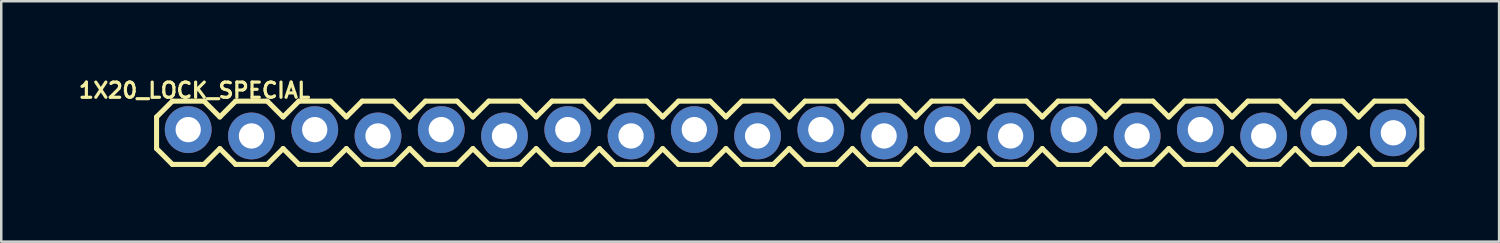
<source format=kicad_pcb>
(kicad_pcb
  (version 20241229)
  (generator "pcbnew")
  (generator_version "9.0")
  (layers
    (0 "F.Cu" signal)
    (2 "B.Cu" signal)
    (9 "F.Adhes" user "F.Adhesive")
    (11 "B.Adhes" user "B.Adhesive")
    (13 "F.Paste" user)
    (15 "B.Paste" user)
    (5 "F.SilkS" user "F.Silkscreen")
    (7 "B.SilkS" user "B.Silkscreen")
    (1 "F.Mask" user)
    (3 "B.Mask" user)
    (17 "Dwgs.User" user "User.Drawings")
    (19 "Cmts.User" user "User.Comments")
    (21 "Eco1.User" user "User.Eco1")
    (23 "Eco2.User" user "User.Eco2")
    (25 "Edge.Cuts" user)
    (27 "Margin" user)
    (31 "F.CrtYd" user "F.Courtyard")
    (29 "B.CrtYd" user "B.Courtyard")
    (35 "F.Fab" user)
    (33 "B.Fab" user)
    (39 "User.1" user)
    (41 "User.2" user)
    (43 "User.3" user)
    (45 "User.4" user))
  (footprint "1X20_LOCK_SPECIAL"
    (layer "F.Cu")
    (at 4.506 2.281)
    (property "Reference" "1X20_LOCK_SPECIAL" (at 0.254 -1.702 0) (layer "F.SilkS") (effects (font (size 0.61 0.61) (thickness 0.127))))
    (attr exclude_from_pos_files exclude_from_bom)
    (fp_line (start -1.27 -0.635) (end -1.27 0.635) (stroke (width 0.203) (type solid)) (layer "F.SilkS"))
    (fp_line (start -1.27 0.635) (end -0.635 1.27) (stroke (width 0.203) (type solid)) (layer "F.SilkS"))
    (fp_line (start -0.635 -1.27) (end -1.27 -0.635) (stroke (width 0.203) (type solid)) (layer "F.SilkS"))
    (fp_line (start -0.635 -1.27) (end 0.635 -1.27) (stroke (width 0.203) (type solid)) (layer "F.SilkS"))
    (fp_line (start 0.635 -1.27) (end 1.27 -0.635) (stroke (width 0.203) (type solid)) (layer "F.SilkS"))
    (fp_line (start 0.635 1.27) (end -0.635 1.27) (stroke (width 0.203) (type solid)) (layer "F.SilkS"))
    (fp_line (start 1.27 -0.635) (end 1.905 -1.27) (stroke (width 0.203) (type solid)) (layer "F.SilkS"))
    (fp_line (start 1.27 0.635) (end 0.635 1.27) (stroke (width 0.203) (type solid)) (layer "F.SilkS"))
    (fp_line (start 1.905 -1.27) (end 3.175 -1.27) (stroke (width 0.203) (type solid)) (layer "F.SilkS"))
    (fp_line (start 1.905 1.27) (end 1.27 0.635) (stroke (width 0.203) (type solid)) (layer "F.SilkS"))
    (fp_line (start 3.175 -1.27) (end 3.81 -0.635) (stroke (width 0.203) (type solid)) (layer "F.SilkS"))
    (fp_line (start 3.175 1.27) (end 1.905 1.27) (stroke (width 0.203) (type solid)) (layer "F.SilkS"))
    (fp_line (start 3.81 -0.635) (end 4.445 -1.27) (stroke (width 0.203) (type solid)) (layer "F.SilkS"))
    (fp_line (start 3.81 0.635) (end 3.175 1.27) (stroke (width 0.203) (type solid)) (layer "F.SilkS"))
    (fp_line (start 4.445 -1.27) (end 5.715 -1.27) (stroke (width 0.203) (type solid)) (layer "F.SilkS"))
    (fp_line (start 4.445 1.27) (end 3.81 0.635) (stroke (width 0.203) (type solid)) (layer "F.SilkS"))
    (fp_line (start 5.715 -1.27) (end 6.35 -0.635) (stroke (width 0.203) (type solid)) (layer "F.SilkS"))
    (fp_line (start 5.715 1.27) (end 4.445 1.27) (stroke (width 0.203) (type solid)) (layer "F.SilkS"))
    (fp_line (start 6.35 0.635) (end 5.715 1.27) (stroke (width 0.203) (type solid)) (layer "F.SilkS"))
    (fp_line (start 6.35 0.635) (end 6.985 1.27) (stroke (width 0.203) (type solid)) (layer "F.SilkS"))
    (fp_line (start 6.985 -1.27) (end 6.35 -0.635) (stroke (width 0.203) (type solid)) (layer "F.SilkS"))
    (fp_line (start 6.985 -1.27) (end 8.255 -1.27) (stroke (width 0.203) (type solid)) (layer "F.SilkS"))
    (fp_line (start 8.255 -1.27) (end 8.89 -0.635) (stroke (width 0.203) (type solid)) (layer "F.SilkS"))
    (fp_line (start 8.255 1.27) (end 6.985 1.27) (stroke (width 0.203) (type solid)) (layer "F.SilkS"))
    (fp_line (start 8.89 -0.635) (end 9.525 -1.27) (stroke (width 0.203) (type solid)) (layer "F.SilkS"))
    (fp_line (start 8.89 0.635) (end 8.255 1.27) (stroke (width 0.203) (type solid)) (layer "F.SilkS"))
    (fp_line (start 9.525 -1.27) (end 10.795 -1.27) (stroke (width 0.203) (type solid)) (layer "F.SilkS"))
    (fp_line (start 9.525 1.27) (end 8.89 0.635) (stroke (width 0.203) (type solid)) (layer "F.SilkS"))
    (fp_line (start 10.795 -1.27) (end 11.43 -0.635) (stroke (width 0.203) (type solid)) (layer "F.SilkS"))
    (fp_line (start 10.795 1.27) (end 9.525 1.27) (stroke (width 0.203) (type solid)) (layer "F.SilkS"))
    (fp_line (start 11.43 -0.635) (end 12.065 -1.27) (stroke (width 0.203) (type solid)) (layer "F.SilkS"))
    (fp_line (start 11.43 0.635) (end 10.795 1.27) (stroke (width 0.203) (type solid)) (layer "F.SilkS"))
    (fp_line (start 12.065 -1.27) (end 13.335 -1.27) (stroke (width 0.203) (type solid)) (layer "F.SilkS"))
    (fp_line (start 12.065 1.27) (end 11.43 0.635) (stroke (width 0.203) (type solid)) (layer "F.SilkS"))
    (fp_line (start 13.335 -1.27) (end 13.97 -0.635) (stroke (width 0.203) (type solid)) (layer "F.SilkS"))
    (fp_line (start 13.335 1.27) (end 12.065 1.27) (stroke (width 0.203) (type solid)) (layer "F.SilkS"))
    (fp_line (start 13.97 0.635) (end 13.335 1.27) (stroke (width 0.203) (type solid)) (layer "F.SilkS"))
    (fp_line (start 13.97 0.635) (end 14.605 1.27) (stroke (width 0.203) (type solid)) (layer "F.SilkS"))
    (fp_line (start 14.605 -1.27) (end 13.97 -0.635) (stroke (width 0.203) (type solid)) (layer "F.SilkS"))
    (fp_line (start 14.605 -1.27) (end 15.875 -1.27) (stroke (width 0.203) (type solid)) (layer "F.SilkS"))
    (fp_line (start 15.875 -1.27) (end 16.51 -0.635) (stroke (width 0.203) (type solid)) (layer "F.SilkS"))
    (fp_line (start 15.875 1.27) (end 14.605 1.27) (stroke (width 0.203) (type solid)) (layer "F.SilkS"))
    (fp_line (start 16.51 0.635) (end 15.875 1.27) (stroke (width 0.203) (type solid)) (layer "F.SilkS"))
    (fp_line (start 16.51 0.635) (end 17.145 1.27) (stroke (width 0.203) (type solid)) (layer "F.SilkS"))
    (fp_line (start 17.145 -1.27) (end 16.51 -0.635) (stroke (width 0.203) (type solid)) (layer "F.SilkS"))
    (fp_line (start 17.145 -1.27) (end 18.415 -1.27) (stroke (width 0.203) (type solid)) (layer "F.SilkS"))
    (fp_line (start 18.415 -1.27) (end 19.05 -0.635) (stroke (width 0.203) (type solid)) (layer "F.SilkS"))
    (fp_line (start 18.415 1.27) (end 17.145 1.27) (stroke (width 0.203) (type solid)) (layer "F.SilkS"))
    (fp_line (start 19.05 -0.635) (end 19.685 -1.27) (stroke (width 0.203) (type solid)) (layer "F.SilkS"))
    (fp_line (start 19.05 0.635) (end 18.415 1.27) (stroke (width 0.203) (type solid)) (layer "F.SilkS"))
    (fp_line (start 19.685 -1.27) (end 20.955 -1.27) (stroke (width 0.203) (type solid)) (layer "F.SilkS"))
    (fp_line (start 19.685 1.27) (end 19.05 0.635) (stroke (width 0.203) (type solid)) (layer "F.SilkS"))
    (fp_line (start 20.955 -1.27) (end 21.59 -0.635) (stroke (width 0.203) (type solid)) (layer "F.SilkS"))
    (fp_line (start 20.955 1.27) (end 19.685 1.27) (stroke (width 0.203) (type solid)) (layer "F.SilkS"))
    (fp_line (start 21.59 -0.635) (end 22.225 -1.27) (stroke (width 0.203) (type solid)) (layer "F.SilkS"))
    (fp_line (start 21.59 0.635) (end 20.955 1.27) (stroke (width 0.203) (type solid)) (layer "F.SilkS"))
    (fp_line (start 22.225 -1.27) (end 23.495 -1.27) (stroke (width 0.203) (type solid)) (layer "F.SilkS"))
    (fp_line (start 22.225 1.27) (end 21.59 0.635) (stroke (width 0.203) (type solid)) (layer "F.SilkS"))
    (fp_line (start 23.495 -1.27) (end 24.13 -0.635) (stroke (width 0.203) (type solid)) (layer "F.SilkS"))
    (fp_line (start 23.495 1.27) (end 22.225 1.27) (stroke (width 0.203) (type solid)) (layer "F.SilkS"))
    (fp_line (start 24.13 0.635) (end 23.495 1.27) (stroke (width 0.203) (type solid)) (layer "F.SilkS"))
    (fp_line (start 24.13 0.635) (end 24.765 1.27) (stroke (width 0.203) (type solid)) (layer "F.SilkS"))
    (fp_line (start 24.765 -1.27) (end 24.13 -0.635) (stroke (width 0.203) (type solid)) (layer "F.SilkS"))
    (fp_line (start 24.765 -1.27) (end 26.035 -1.27) (stroke (width 0.203) (type solid)) (layer "F.SilkS"))
    (fp_line (start 26.035 -1.27) (end 26.67 -0.635) (stroke (width 0.203) (type solid)) (layer "F.SilkS"))
    (fp_line (start 26.035 1.27) (end 24.765 1.27) (stroke (width 0.203) (type solid)) (layer "F.SilkS"))
    (fp_line (start 26.67 -0.635) (end 27.305 -1.27) (stroke (width 0.203) (type solid)) (layer "F.SilkS"))
    (fp_line (start 26.67 0.635) (end 26.035 1.27) (stroke (width 0.203) (type solid)) (layer "F.SilkS"))
    (fp_line (start 27.305 -1.27) (end 28.575 -1.27) (stroke (width 0.203) (type solid)) (layer "F.SilkS"))
    (fp_line (start 27.305 1.27) (end 26.67 0.635) (stroke (width 0.203) (type solid)) (layer "F.SilkS"))
    (fp_line (start 28.575 -1.27) (end 29.21 -0.635) (stroke (width 0.203) (type solid)) (layer "F.SilkS"))
    (fp_line (start 28.575 1.27) (end 27.305 1.27) (stroke (width 0.203) (type solid)) (layer "F.SilkS"))
    (fp_line (start 29.21 -0.635) (end 29.845 -1.27) (stroke (width 0.203) (type solid)) (layer "F.SilkS"))
    (fp_line (start 29.21 0.635) (end 28.575 1.27) (stroke (width 0.203) (type solid)) (layer "F.SilkS"))
    (fp_line (start 29.845 -1.27) (end 31.115 -1.27) (stroke (width 0.203) (type solid)) (layer "F.SilkS"))
    (fp_line (start 29.845 1.27) (end 29.21 0.635) (stroke (width 0.203) (type solid)) (layer "F.SilkS"))
    (fp_line (start 31.115 -1.27) (end 31.75 -0.635) (stroke (width 0.203) (type solid)) (layer "F.SilkS"))
    (fp_line (start 31.115 1.27) (end 29.845 1.27) (stroke (width 0.203) (type solid)) (layer "F.SilkS"))
    (fp_line (start 31.75 0.635) (end 31.115 1.27) (stroke (width 0.203) (type solid)) (layer "F.SilkS"))
    (fp_line (start 31.75 0.635) (end 32.385 1.27) (stroke (width 0.203) (type solid)) (layer "F.SilkS"))
    (fp_line (start 32.385 -1.27) (end 31.75 -0.635) (stroke (width 0.203) (type solid)) (layer "F.SilkS"))
    (fp_line (start 32.385 -1.27) (end 33.655 -1.27) (stroke (width 0.203) (type solid)) (layer "F.SilkS"))
    (fp_line (start 33.655 -1.27) (end 34.29 -0.635) (stroke (width 0.203) (type solid)) (layer "F.SilkS"))
    (fp_line (start 33.655 1.27) (end 32.385 1.27) (stroke (width 0.203) (type solid)) (layer "F.SilkS"))
    (fp_line (start 34.29 0.635) (end 33.655 1.27) (stroke (width 0.203) (type solid)) (layer "F.SilkS"))
    (fp_line (start 34.29 0.635) (end 34.925 1.27) (stroke (width 0.203) (type solid)) (layer "F.SilkS"))
    (fp_line (start 34.925 -1.27) (end 34.29 -0.635) (stroke (width 0.203) (type solid)) (layer "F.SilkS"))
    (fp_line (start 34.925 -1.27) (end 36.195 -1.27) (stroke (width 0.203) (type solid)) (layer "F.SilkS"))
    (fp_line (start 36.195 -1.27) (end 36.83 -0.635) (stroke (width 0.203) (type solid)) (layer "F.SilkS"))
    (fp_line (start 36.195 1.27) (end 34.925 1.27) (stroke (width 0.203) (type solid)) (layer "F.SilkS"))
    (fp_line (start 36.83 0.635) (end 36.195 1.27) (stroke (width 0.203) (type solid)) (layer "F.SilkS"))
    (fp_line (start 36.83 0.635) (end 37.465 1.27) (stroke (width 0.203) (type solid)) (layer "F.SilkS"))
    (fp_line (start 37.465 -1.27) (end 36.83 -0.635) (stroke (width 0.203) (type solid)) (layer "F.SilkS"))
    (fp_line (start 37.465 -1.27) (end 38.735 -1.27) (stroke (width 0.203) (type solid)) (layer "F.SilkS"))
    (fp_line (start 38.735 -1.27) (end 39.37 -0.635) (stroke (width 0.203) (type solid)) (layer "F.SilkS"))
    (fp_line (start 38.735 1.27) (end 37.465 1.27) (stroke (width 0.203) (type solid)) (layer "F.SilkS"))
    (fp_line (start 39.37 0.635) (end 38.735 1.27) (stroke (width 0.203) (type solid)) (layer "F.SilkS"))
    (fp_line (start 39.37 0.635) (end 40.005 1.27) (stroke (width 0.203) (type solid)) (layer "F.SilkS"))
    (fp_line (start 40.005 -1.27) (end 39.37 -0.635) (stroke (width 0.203) (type solid)) (layer "F.SilkS"))
    (fp_line (start 40.005 -1.27) (end 41.275 -1.27) (stroke (width 0.203) (type solid)) (layer "F.SilkS"))
    (fp_line (start 41.275 -1.27) (end 41.91 -0.635) (stroke (width 0.203) (type solid)) (layer "F.SilkS"))
    (fp_line (start 41.275 1.27) (end 40.005 1.27) (stroke (width 0.203) (type solid)) (layer "F.SilkS"))
    (fp_line (start 41.91 0.635) (end 41.275 1.27) (stroke (width 0.203) (type solid)) (layer "F.SilkS"))
    (fp_line (start 41.91 0.635) (end 42.545 1.27) (stroke (width 0.203) (type solid)) (layer "F.SilkS"))
    (fp_line (start 42.545 -1.27) (end 41.91 -0.635) (stroke (width 0.203) (type solid)) (layer "F.SilkS"))
    (fp_line (start 42.545 -1.27) (end 43.815 -1.27) (stroke (width 0.203) (type solid)) (layer "F.SilkS"))
    (fp_line (start 43.815 -1.27) (end 44.45 -0.635) (stroke (width 0.203) (type solid)) (layer "F.SilkS"))
    (fp_line (start 43.815 1.27) (end 42.545 1.27) (stroke (width 0.203) (type solid)) (layer "F.SilkS"))
    (fp_line (start 44.45 0.635) (end 43.815 1.27) (stroke (width 0.203) (type solid)) (layer "F.SilkS"))
    (fp_line (start 44.45 0.635) (end 45.085 1.27) (stroke (width 0.203) (type solid)) (layer "F.SilkS"))
    (fp_line (start 45.085 -1.27) (end 44.45 -0.635) (stroke (width 0.203) (type solid)) (layer "F.SilkS"))
    (fp_line (start 45.085 -1.27) (end 46.355 -1.27) (stroke (width 0.203) (type solid)) (layer "F.SilkS"))
    (fp_line (start 46.355 -1.27) (end 46.99 -0.635) (stroke (width 0.203) (type solid)) (layer "F.SilkS"))
    (fp_line (start 46.355 1.27) (end 45.085 1.27) (stroke (width 0.203) (type solid)) (layer "F.SilkS"))
    (fp_line (start 46.99 0.635) (end 46.355 1.27) (stroke (width 0.203) (type solid)) (layer "F.SilkS"))
    (fp_line (start 46.99 0.635) (end 47.625 1.27) (stroke (width 0.203) (type solid)) (layer "F.SilkS"))
    (fp_line (start 47.625 -1.27) (end 46.99 -0.635) (stroke (width 0.203) (type solid)) (layer "F.SilkS"))
    (fp_line (start 47.625 -1.27) (end 48.895 -1.27) (stroke (width 0.203) (type solid)) (layer "F.SilkS"))
    (fp_line (start 48.895 -1.27) (end 49.53 -0.635) (stroke (width 0.203) (type solid)) (layer "F.SilkS"))
    (fp_line (start 48.895 1.27) (end 47.625 1.27) (stroke (width 0.203) (type solid)) (layer "F.SilkS"))
    (fp_line (start 49.53 -0.635) (end 49.53 0.635) (stroke (width 0.203) (type solid)) (layer "F.SilkS"))
    (fp_line (start 49.53 0.635) (end 48.895 1.27) (stroke (width 0.203) (type solid)) (layer "F.SilkS"))
    (fp_line (start -0.254 -0.254) (end 0.254 -0.254) (stroke (width 0.066) (type solid)) (layer "Dwgs.User"))
    (fp_line (start -0.254 0.254) (end -0.254 -0.254) (stroke (width 0.066) (type solid)) (layer "Dwgs.User"))
    (fp_line (start -0.254 0.254) (end 0.254 0.254) (stroke (width 0.066) (type solid)) (layer "Dwgs.User"))
    (fp_line (start 0.254 0.254) (end 0.254 -0.254) (stroke (width 0.066) (type solid)) (layer "Dwgs.User"))
    (fp_line (start 2.286 -0.254) (end 2.794 -0.254) (stroke (width 0.066) (type solid)) (layer "Dwgs.User"))
    (fp_line (start 2.286 0.254) (end 2.286 -0.254) (stroke (width 0.066) (type solid)) (layer "Dwgs.User"))
    (fp_line (start 2.286 0.254) (end 2.794 0.254) (stroke (width 0.066) (type solid)) (layer "Dwgs.User"))
    (fp_line (start 2.794 0.254) (end 2.794 -0.254) (stroke (width 0.066) (type solid)) (layer "Dwgs.User"))
    (fp_line (start 4.826 -0.254) (end 5.334 -0.254) (stroke (width 0.066) (type solid)) (layer "Dwgs.User"))
    (fp_line (start 4.826 0.254) (end 4.826 -0.254) (stroke (width 0.066) (type solid)) (layer "Dwgs.User"))
    (fp_line (start 4.826 0.254) (end 5.334 0.254) (stroke (width 0.066) (type solid)) (layer "Dwgs.User"))
    (fp_line (start 5.334 0.254) (end 5.334 -0.254) (stroke (width 0.066) (type solid)) (layer "Dwgs.User"))
    (fp_line (start 7.366 -0.254) (end 7.874 -0.254) (stroke (width 0.066) (type solid)) (layer "Dwgs.User"))
    (fp_line (start 7.366 0.254) (end 7.366 -0.254) (stroke (width 0.066) (type solid)) (layer "Dwgs.User"))
    (fp_line (start 7.366 0.254) (end 7.874 0.254) (stroke (width 0.066) (type solid)) (layer "Dwgs.User"))
    (fp_line (start 7.874 0.254) (end 7.874 -0.254) (stroke (width 0.066) (type solid)) (layer "Dwgs.User"))
    (fp_line (start 9.906 -0.254) (end 10.414 -0.254) (stroke (width 0.066) (type solid)) (layer "Dwgs.User"))
    (fp_line (start 9.906 0.254) (end 9.906 -0.254) (stroke (width 0.066) (type solid)) (layer "Dwgs.User"))
    (fp_line (start 9.906 0.254) (end 10.414 0.254) (stroke (width 0.066) (type solid)) (layer "Dwgs.User"))
    (fp_line (start 10.414 0.254) (end 10.414 -0.254) (stroke (width 0.066) (type solid)) (layer "Dwgs.User"))
    (fp_line (start 12.446 -0.254) (end 12.954 -0.254) (stroke (width 0.066) (type solid)) (layer "Dwgs.User"))
    (fp_line (start 12.446 0.254) (end 12.446 -0.254) (stroke (width 0.066) (type solid)) (layer "Dwgs.User"))
    (fp_line (start 12.446 0.254) (end 12.954 0.254) (stroke (width 0.066) (type solid)) (layer "Dwgs.User"))
    (fp_line (start 12.954 0.254) (end 12.954 -0.254) (stroke (width 0.066) (type solid)) (layer "Dwgs.User"))
    (fp_line (start 14.986 -0.254) (end 15.494 -0.254) (stroke (width 0.066) (type solid)) (layer "Dwgs.User"))
    (fp_line (start 14.986 0.254) (end 14.986 -0.254) (stroke (width 0.066) (type solid)) (layer "Dwgs.User"))
    (fp_line (start 14.986 0.254) (end 15.494 0.254) (stroke (width 0.066) (type solid)) (layer "Dwgs.User"))
    (fp_line (start 15.494 0.254) (end 15.494 -0.254) (stroke (width 0.066) (type solid)) (layer "Dwgs.User"))
    (fp_line (start 17.523 -0.254) (end 18.034 -0.254) (stroke (width 0.066) (type solid)) (layer "Dwgs.User"))
    (fp_line (start 17.523 0.254) (end 17.523 -0.254) (stroke (width 0.066) (type solid)) (layer "Dwgs.User"))
    (fp_line (start 17.523 0.254) (end 18.034 0.254) (stroke (width 0.066) (type solid)) (layer "Dwgs.User"))
    (fp_line (start 18.034 0.254) (end 18.034 -0.254) (stroke (width 0.066) (type solid)) (layer "Dwgs.User"))
    (fp_line (start 20.066 -0.254) (end 20.574 -0.254) (stroke (width 0.066) (type solid)) (layer "Dwgs.User"))
    (fp_line (start 20.066 0.254) (end 20.066 -0.254) (stroke (width 0.066) (type solid)) (layer "Dwgs.User"))
    (fp_line (start 20.066 0.254) (end 20.574 0.254) (stroke (width 0.066) (type solid)) (layer "Dwgs.User"))
    (fp_line (start 20.574 0.254) (end 20.574 -0.254) (stroke (width 0.066) (type solid)) (layer "Dwgs.User"))
    (fp_line (start 22.606 -0.254) (end 23.114 -0.254) (stroke (width 0.066) (type solid)) (layer "Dwgs.User"))
    (fp_line (start 22.606 0.254) (end 22.606 -0.254) (stroke (width 0.066) (type solid)) (layer "Dwgs.User"))
    (fp_line (start 22.606 0.254) (end 23.114 0.254) (stroke (width 0.066) (type solid)) (layer "Dwgs.User"))
    (fp_line (start 23.114 0.254) (end 23.114 -0.254) (stroke (width 0.066) (type solid)) (layer "Dwgs.User"))
    (fp_line (start 25.146 -0.254) (end 25.654 -0.254) (stroke (width 0.066) (type solid)) (layer "Dwgs.User"))
    (fp_line (start 25.146 0.254) (end 25.146 -0.254) (stroke (width 0.066) (type solid)) (layer "Dwgs.User"))
    (fp_line (start 25.146 0.254) (end 25.654 0.254) (stroke (width 0.066) (type solid)) (layer "Dwgs.User"))
    (fp_line (start 25.654 0.254) (end 25.654 -0.254) (stroke (width 0.066) (type solid)) (layer "Dwgs.User"))
    (fp_line (start 27.686 -0.254) (end 28.194 -0.254) (stroke (width 0.066) (type solid)) (layer "Dwgs.User"))
    (fp_line (start 27.686 0.254) (end 27.686 -0.254) (stroke (width 0.066) (type solid)) (layer "Dwgs.User"))
    (fp_line (start 27.686 0.254) (end 28.194 0.254) (stroke (width 0.066) (type solid)) (layer "Dwgs.User"))
    (fp_line (start 28.194 0.254) (end 28.194 -0.254) (stroke (width 0.066) (type solid)) (layer "Dwgs.User"))
    (fp_line (start 30.226 -0.254) (end 30.734 -0.254) (stroke (width 0.066) (type solid)) (layer "Dwgs.User"))
    (fp_line (start 30.226 0.254) (end 30.226 -0.254) (stroke (width 0.066) (type solid)) (layer "Dwgs.User"))
    (fp_line (start 30.226 0.254) (end 30.734 0.254) (stroke (width 0.066) (type solid)) (layer "Dwgs.User"))
    (fp_line (start 30.734 0.254) (end 30.734 -0.254) (stroke (width 0.066) (type solid)) (layer "Dwgs.User"))
    (fp_line (start 32.766 -0.254) (end 33.274 -0.254) (stroke (width 0.066) (type solid)) (layer "Dwgs.User"))
    (fp_line (start 32.766 0.254) (end 32.766 -0.254) (stroke (width 0.066) (type solid)) (layer "Dwgs.User"))
    (fp_line (start 32.766 0.254) (end 33.274 0.254) (stroke (width 0.066) (type solid)) (layer "Dwgs.User"))
    (fp_line (start 33.274 0.254) (end 33.274 -0.254) (stroke (width 0.066) (type solid)) (layer "Dwgs.User"))
    (fp_line (start 35.303 -0.254) (end 35.814 -0.254) (stroke (width 0.066) (type solid)) (layer "Dwgs.User"))
    (fp_line (start 35.303 0.254) (end 35.303 -0.254) (stroke (width 0.066) (type solid)) (layer "Dwgs.User"))
    (fp_line (start 35.303 0.254) (end 35.814 0.254) (stroke (width 0.066) (type solid)) (layer "Dwgs.User"))
    (fp_line (start 35.814 0.254) (end 35.814 -0.254) (stroke (width 0.066) (type solid)) (layer "Dwgs.User"))
    (fp_line (start 37.846 -0.254) (end 38.354 -0.254) (stroke (width 0.066) (type solid)) (layer "Dwgs.User"))
    (fp_line (start 37.846 0.254) (end 37.846 -0.254) (stroke (width 0.066) (type solid)) (layer "Dwgs.User"))
    (fp_line (start 37.846 0.254) (end 38.354 0.254) (stroke (width 0.066) (type solid)) (layer "Dwgs.User"))
    (fp_line (start 38.354 0.254) (end 38.354 -0.254) (stroke (width 0.066) (type solid)) (layer "Dwgs.User"))
    (fp_line (start 40.386 -0.254) (end 40.894 -0.254) (stroke (width 0.066) (type solid)) (layer "Dwgs.User"))
    (fp_line (start 40.386 0.254) (end 40.386 -0.254) (stroke (width 0.066) (type solid)) (layer "Dwgs.User"))
    (fp_line (start 40.386 0.254) (end 40.894 0.254) (stroke (width 0.066) (type solid)) (layer "Dwgs.User"))
    (fp_line (start 40.894 0.254) (end 40.894 -0.254) (stroke (width 0.066) (type solid)) (layer "Dwgs.User"))
    (fp_line (start 42.926 -0.254) (end 43.434 -0.254) (stroke (width 0.066) (type solid)) (layer "Dwgs.User"))
    (fp_line (start 42.926 0.254) (end 42.926 -0.254) (stroke (width 0.066) (type solid)) (layer "Dwgs.User"))
    (fp_line (start 42.926 0.254) (end 43.434 0.254) (stroke (width 0.066) (type solid)) (layer "Dwgs.User"))
    (fp_line (start 43.434 0.254) (end 43.434 -0.254) (stroke (width 0.066) (type solid)) (layer "Dwgs.User"))
    (fp_line (start 45.466 -0.254) (end 45.974 -0.254) (stroke (width 0.066) (type solid)) (layer "Dwgs.User"))
    (fp_line (start 45.466 0.254) (end 45.466 -0.254) (stroke (width 0.066) (type solid)) (layer "Dwgs.User"))
    (fp_line (start 45.466 0.254) (end 45.974 0.254) (stroke (width 0.066) (type solid)) (layer "Dwgs.User"))
    (fp_line (start 45.974 0.254) (end 45.974 -0.254) (stroke (width 0.066) (type solid)) (layer "Dwgs.User"))
    (fp_line (start 48.006 -0.254) (end 48.514 -0.254) (stroke (width 0.066) (type solid)) (layer "Dwgs.User"))
    (fp_line (start 48.006 0.254) (end 48.006 -0.254) (stroke (width 0.066) (type solid)) (layer "Dwgs.User"))
    (fp_line (start 48.006 0.254) (end 48.514 0.254) (stroke (width 0.066) (type solid)) (layer "Dwgs.User"))
    (fp_line (start 48.514 0.254) (end 48.514 -0.254) (stroke (width 0.066) (type solid)) (layer "Dwgs.User"))
    (pad "1" thru_hole circle (at 0 -0.127) (size 1.88 1.88) (drill 1.016) (layers "*.Cu" "*.Paste" "*.Mask"))
    (pad "2" thru_hole circle (at 2.54 0.127) (size 1.88 1.88) (drill 1.016) (layers "*.Cu" "*.Paste" "*.Mask"))
    (pad "3" thru_hole circle (at 5.08 -0.127) (size 1.88 1.88) (drill 1.016) (layers "*.Cu" "*.Paste" "*.Mask"))
    (pad "4" thru_hole circle (at 7.62 0.127) (size 1.88 1.88) (drill 1.016) (layers "*.Cu" "*.Paste" "*.Mask"))
    (pad "5" thru_hole circle (at 10.16 -0.127) (size 1.88 1.88) (drill 1.016) (layers "*.Cu" "*.Paste" "*.Mask"))
    (pad "6" thru_hole circle (at 12.7 0.127) (size 1.88 1.88) (drill 1.016) (layers "*.Cu" "*.Paste" "*.Mask"))
    (pad "7" thru_hole circle (at 15.24 -0.127) (size 1.88 1.88) (drill 1.016) (layers "*.Cu" "*.Paste" "*.Mask"))
    (pad "8" thru_hole circle (at 17.78 0.127) (size 1.88 1.88) (drill 1.016) (layers "*.Cu" "*.Paste" "*.Mask"))
    (pad "9" thru_hole circle (at 20.32 -0.127) (size 1.88 1.88) (drill 1.016) (layers "*.Cu" "*.Paste" "*.Mask"))
    (pad "10" thru_hole circle (at 22.86 0.127) (size 1.88 1.88) (drill 1.016) (layers "*.Cu" "*.Paste" "*.Mask"))
    (pad "11" thru_hole circle (at 25.4 -0.127) (size 1.88 1.88) (drill 1.016) (layers "*.Cu" "*.Paste" "*.Mask"))
    (pad "12" thru_hole circle (at 27.94 0.127) (size 1.88 1.88) (drill 1.016) (layers "*.Cu" "*.Paste" "*.Mask"))
    (pad "13" thru_hole circle (at 30.48 -0.127) (size 1.88 1.88) (drill 1.016) (layers "*.Cu" "*.Paste" "*.Mask"))
    (pad "14" thru_hole circle (at 33.02 0.127) (size 1.88 1.88) (drill 1.016) (layers "*.Cu" "*.Paste" "*.Mask"))
    (pad "15" thru_hole circle (at 35.56 -0.127) (size 1.88 1.88) (drill 1.016) (layers "*.Cu" "*.Paste" "*.Mask"))
    (pad "16" thru_hole circle (at 38.1 0.127) (size 1.88 1.88) (drill 1.016) (layers "*.Cu" "*.Paste" "*.Mask"))
    (pad "17" thru_hole circle (at 40.64 -0.127) (size 1.88 1.88) (drill 1.016) (layers "*.Cu" "*.Paste" "*.Mask"))
    (pad "18" thru_hole circle (at 43.18 0.127) (size 1.88 1.88) (drill 1.016) (layers "*.Cu" "*.Paste" "*.Mask"))
    (pad "19" thru_hole circle (at 45.593 0) (size 1.88 1.88) (drill 1.016) (layers "*.Cu" "*.Paste" "*.Mask"))
    (pad "20" thru_hole circle (at 48.387 0) (size 1.88 1.88) (drill 1.016) (layers "*.Cu" "*.Paste" "*.Mask")))
  (gr_rect
    (start -3 -3)
    (end 57.137 6.653)
    (stroke (width 0.1) (type default))
    (fill no)
    (layer "Edge.Cuts")))
</source>
